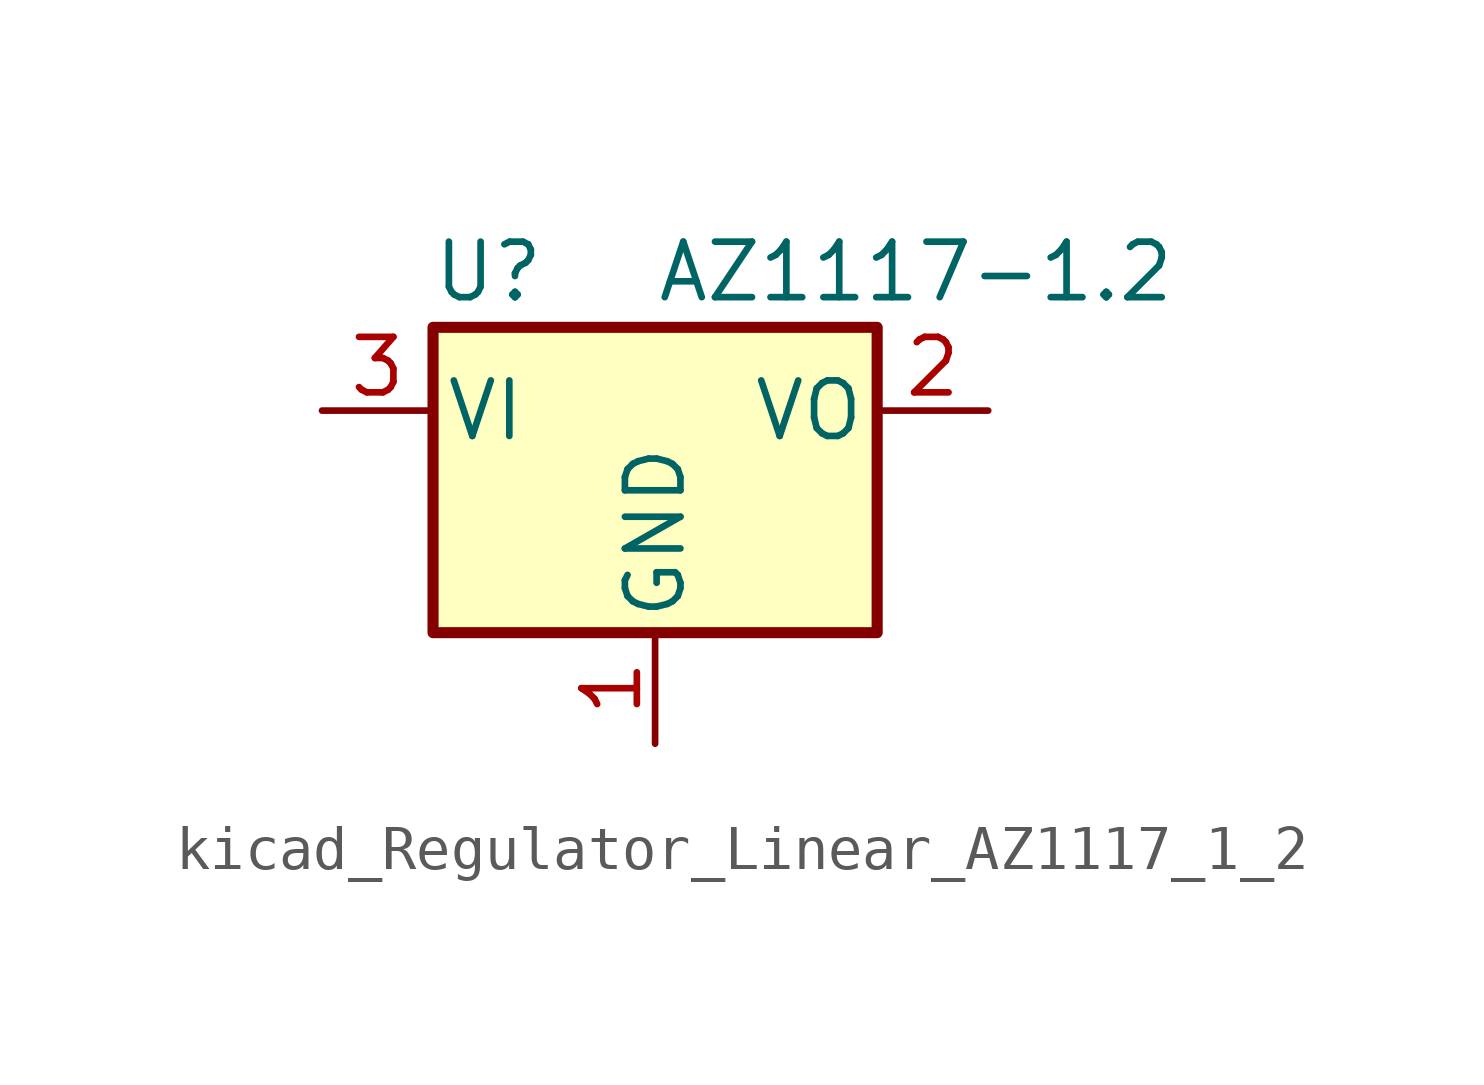
<source format=kicad_sym>
(kicad_symbol_lib
  (version 20220914)
  (generator kicad_symbol_editor)
  (symbol "kicad_Regulator_Linear_AZ1117_1_2"
    (pin_names
      (offset 0.254))
    (property "Reference" "U"
      (at -3.81 3.175 0)
      (effects (font (size 1.27 1.27))))
    (property "Value" "AZ1117-1.2"
      (at 0 3.175 0)
      (effects (font (size 1.27 1.27)) (justify left)))
    (symbol "kicad_Regulator_Linear_AZ1117_1_2_0_1"
      (rectangle (start -5.08 1.905) (end 5.08 -5.08) (stroke (width 0.254) (type default)) (fill (type background))))
    (symbol "kicad_Regulator_Linear_AZ1117_1_2_1_1"
      (pin power_in line (at 0 -7.62 90) (length 2.54) (name "GND" (effects (font (size 1.27 1.27)))) (number "1" (effects (font (size 1.27 1.27)))))
      (pin power_out line (at 7.62 0 180) (length 2.54) (name "VO" (effects (font (size 1.27 1.27)))) (number "2" (effects (font (size 1.27 1.27)))))
      (pin power_in line (at -7.62 0 0) (length 2.54) (name "VI" (effects (font (size 1.27 1.27)))) (number "3" (effects (font (size 1.27 1.27))))))))
</source>
